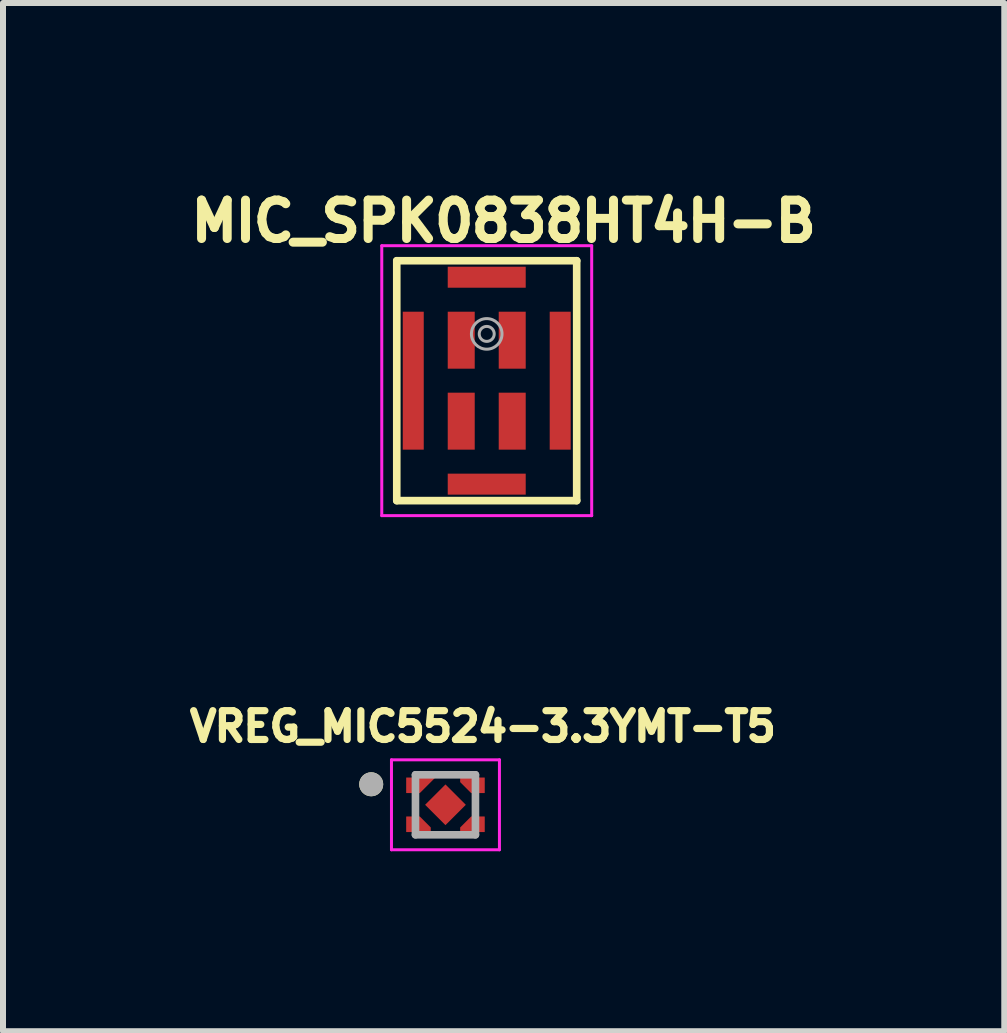
<source format=kicad_pcb>
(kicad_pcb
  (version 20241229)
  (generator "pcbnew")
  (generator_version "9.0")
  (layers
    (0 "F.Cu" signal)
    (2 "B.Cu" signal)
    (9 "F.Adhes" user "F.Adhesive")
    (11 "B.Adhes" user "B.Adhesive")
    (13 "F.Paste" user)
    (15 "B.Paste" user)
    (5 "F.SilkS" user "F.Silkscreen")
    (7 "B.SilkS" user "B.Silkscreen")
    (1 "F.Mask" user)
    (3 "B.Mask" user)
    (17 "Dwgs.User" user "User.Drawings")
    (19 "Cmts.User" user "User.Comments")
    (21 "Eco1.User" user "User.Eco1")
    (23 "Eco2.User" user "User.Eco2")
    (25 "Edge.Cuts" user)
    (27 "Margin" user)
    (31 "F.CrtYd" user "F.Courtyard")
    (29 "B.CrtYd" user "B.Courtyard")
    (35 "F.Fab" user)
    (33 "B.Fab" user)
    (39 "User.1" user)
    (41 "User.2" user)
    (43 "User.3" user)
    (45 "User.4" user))
  (footprint "MIC_SPK0838HT4H-B"
    (layer "F.Cu")
    (at 5.065 3.297)
    (property "Reference" "MIC_SPK0838HT4H-B" (at 0.282 -2.659 0) (layer "F.SilkS") (effects (font (size 0.641 0.641) (thickness 0.15))))
    (attr through_hole)
    (fp_line (start -1.5 -2) (end 1.5 -2) (stroke (width 0.127) (type solid)) (layer "F.SilkS"))
    (fp_line (start -1.5 2) (end -1.5 -2) (stroke (width 0.127) (type solid)) (layer "F.SilkS"))
    (fp_line (start 1.5 -2) (end 1.5 2) (stroke (width 0.127) (type solid)) (layer "F.SilkS"))
    (fp_line (start 1.5 2) (end -1.5 2) (stroke (width 0.127) (type solid)) (layer "F.SilkS"))
    (fp_line (start -1.75 -2.25) (end 1.75 -2.25) (stroke (width 0.05) (type solid)) (layer "F.CrtYd"))
    (fp_line (start -1.75 2.25) (end -1.75 -2.25) (stroke (width 0.05) (type solid)) (layer "F.CrtYd"))
    (fp_line (start 1.75 -2.25) (end 1.75 2.25) (stroke (width 0.05) (type solid)) (layer "F.CrtYd"))
    (fp_line (start 1.75 2.25) (end -1.75 2.25) (stroke (width 0.05) (type solid)) (layer "F.CrtYd"))
    (fp_circle (center 0 -0.78) (end 0.125 -0.78) (stroke (width 0.05) (type solid)) (fill no) (layer "F.Fab"))
    (fp_circle (center 0 -0.78) (end 0.255 -0.78) (stroke (width 0.05) (type solid)) (fill no) (layer "F.Fab"))
    (pad "1" smd rect (at 0.425 0.675) (size 0.45 0.95) (layers "F.Cu" "F.Mask" "F.Paste"))
    (pad "2" smd rect (at 0.425 -0.675) (size 0.45 0.95) (layers "F.Cu" "F.Mask" "F.Paste"))
    (pad "3" smd rect (at -0.425 -0.675) (size 0.45 0.95) (layers "F.Cu" "F.Mask" "F.Paste"))
    (pad "4" smd rect (at -0.425 0.675) (size 0.45 0.95) (layers "F.Cu" "F.Mask" "F.Paste"))
    (pad "5" smd rect (at 0 1.725) (size 1.3 0.35) (layers "F.Cu" "F.Mask" "F.Paste"))
    (pad "6" smd rect (at 1.225 0) (size 0.35 2.3) (layers "F.Cu" "F.Mask" "F.Paste"))
    (pad "7" smd rect (at 0 -1.725) (size 1.3 0.35) (layers "F.Cu" "F.Mask" "F.Paste"))
    (pad "8" smd rect (at -1.225 0) (size 0.35 2.3) (layers "F.Cu" "F.Mask" "F.Paste")))
  (footprint "VREG_MIC5524-3.3YMT-T5"
    (layer "F.Cu")
    (at 4.377 10.368)
    (property "Reference" "VREG_MIC5524-3.3YMT-T5" (at 0.624 -1.305 0) (layer "F.SilkS") (effects (font (size 0.48 0.48) (thickness 0.15))))
    (attr through_hole)
    (fp_poly (pts (xy -0.389 -0.1) (xy -0.75 -0.1) (xy -0.75 -0.55) (xy 0.061 -0.55)) (stroke (width 0.01) (type solid)) (fill yes) (layer "F.Mask"))
    (fp_poly (pts (xy -0.75 0.1) (xy -0.75 0.55) (xy -0.15 0.55) (xy -0.15 0.339) (xy -0.389 0.1)) (stroke (width 0.01) (type solid)) (fill yes) (layer "F.Mask"))
    (fp_poly (pts (xy 0.15 -0.55) (xy 0.15 -0.339) (xy 0.389 -0.1) (xy 0.75 -0.1) (xy 0.75 -0.55)) (stroke (width 0.01) (type solid)) (fill yes) (layer "F.Mask"))
    (fp_poly (pts (xy 0.75 0.55) (xy 0.15 0.55) (xy 0.15 0.339) (xy 0.389 0.1) (xy 0.75 0.1)) (stroke (width 0.01) (type solid)) (fill yes) (layer "F.Mask"))
    (fp_circle (center -1.238 -0.342) (end -1.138 -0.342) (stroke (width 0.2) (type solid)) (fill no) (layer "F.SilkS"))
    (fp_poly (pts (xy -0.65 -0.45) (xy -0.65 -0.2) (xy -0.43 -0.2) (xy -0.18 -0.45)) (stroke (width 0.01) (type solid)) (fill yes) (layer "F.Paste"))
    (fp_poly (pts (xy -0.25 0.45) (xy -0.65 0.45) (xy -0.65 0.2) (xy -0.43 0.2) (xy -0.25 0.38)) (stroke (width 0.01) (type solid)) (fill yes) (layer "F.Paste"))
    (fp_poly (pts (xy 0.43 -0.2) (xy 0.25 -0.38) (xy 0.25 -0.45) (xy 0.65 -0.45) (xy 0.65 -0.2)) (stroke (width 0.01) (type solid)) (fill yes) (layer "F.Paste"))
    (fp_poly (pts (xy 0.65 0.45) (xy 0.25 0.45) (xy 0.25 0.38) (xy 0.43 0.2) (xy 0.65 0.2)) (stroke (width 0.01) (type solid)) (fill yes) (layer "F.Paste"))
    (fp_line (start -0.9 -0.75) (end -0.9 0.75) (stroke (width 0.05) (type solid)) (layer "F.CrtYd"))
    (fp_line (start -0.9 0.75) (end 0.9 0.75) (stroke (width 0.05) (type solid)) (layer "F.CrtYd"))
    (fp_line (start 0.9 -0.75) (end -0.9 -0.75) (stroke (width 0.05) (type solid)) (layer "F.CrtYd"))
    (fp_line (start 0.9 0.75) (end 0.9 -0.75) (stroke (width 0.05) (type solid)) (layer "F.CrtYd"))
    (fp_line (start -0.5 -0.5) (end -0.5 0.5) (stroke (width 0.127) (type solid)) (layer "F.Fab"))
    (fp_line (start -0.5 0.5) (end 0.5 0.5) (stroke (width 0.127) (type solid)) (layer "F.Fab"))
    (fp_line (start 0.5 -0.5) (end -0.5 -0.5) (stroke (width 0.127) (type solid)) (layer "F.Fab"))
    (fp_line (start 0.5 0.5) (end 0.5 -0.5) (stroke (width 0.127) (type solid)) (layer "F.Fab"))
    (fp_circle (center -1.238 -0.342) (end -1.138 -0.342) (stroke (width 0.2) (type solid)) (fill no) (layer "F.Fab"))
    (pad "1" smd custom (at -0.45 -0.325) (size 0.1 0.1) (layers "F.Cu") (options (anchor rect)) (primitives (gr_poly (pts (xy -0.2 -0.125) (xy -0.2 0.125) (xy 0.02 0.125) (xy 0.27 -0.125)) (width 0.01) (fill yes))))
    (pad "2" smd custom (at -0.45 0.325) (size 0.1 0.1) (layers "F.Cu") (options (anchor rect)) (primitives (gr_poly (pts (xy 0.2 0.125) (xy -0.2 0.125) (xy -0.2 -0.125) (xy 0.02 -0.125) (xy 0.2 0.055)) (width 0.01) (fill yes))))
    (pad "3" smd custom (at 0.45 0.325) (size 0.1 0.1) (layers "F.Cu") (options (anchor rect)) (primitives (gr_poly (pts (xy 0.2 0.125) (xy -0.2 0.125) (xy -0.2 0.055) (xy -0.02 -0.125) (xy 0.2 -0.125)) (width 0.01) (fill yes))))
    (pad "4" smd custom (at 0.45 -0.325) (size 0.1 0.1) (layers "F.Cu") (options (anchor rect)) (primitives (gr_poly (pts (xy -0.02 0.125) (xy -0.2 -0.055) (xy -0.2 -0.125) (xy 0.2 -0.125) (xy 0.2 0.125)) (width 0.01) (fill yes))))
    (pad "EP" smd rect (at 0 0 45) (size 0.48 0.48) (layers "F.Cu" "F.Mask" "F.Paste")))
  (gr_rect
    (start -3 -3)
    (end 13.694 14.143)
    (stroke (width 0.1) (type default))
    (fill no)
    (layer "Edge.Cuts")))
</source>
